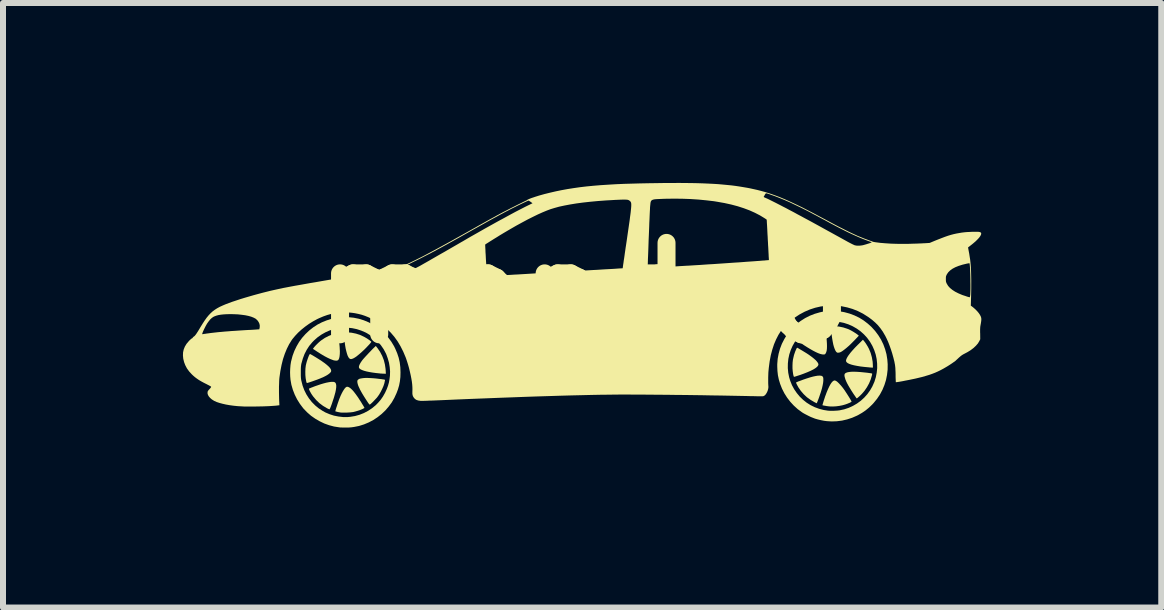
<source format=kicad_pcb>
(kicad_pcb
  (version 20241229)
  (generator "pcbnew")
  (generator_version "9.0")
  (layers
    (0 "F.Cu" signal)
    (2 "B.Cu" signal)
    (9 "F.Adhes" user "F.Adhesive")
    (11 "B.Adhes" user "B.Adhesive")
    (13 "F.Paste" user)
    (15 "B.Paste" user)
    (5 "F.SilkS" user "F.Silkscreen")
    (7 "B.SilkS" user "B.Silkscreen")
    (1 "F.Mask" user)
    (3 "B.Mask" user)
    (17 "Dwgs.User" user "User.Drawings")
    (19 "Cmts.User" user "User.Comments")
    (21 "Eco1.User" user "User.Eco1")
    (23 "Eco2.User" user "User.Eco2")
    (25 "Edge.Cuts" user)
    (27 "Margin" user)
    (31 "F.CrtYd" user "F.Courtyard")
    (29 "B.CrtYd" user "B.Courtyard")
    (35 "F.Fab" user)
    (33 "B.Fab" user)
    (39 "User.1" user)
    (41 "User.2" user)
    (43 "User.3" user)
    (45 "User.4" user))
  (footprint "mondeo"
    (layer "F.Cu")
    (at 6.683 1.834)
    (property "Reference" "mondeo" (at 0 0 0) (layer "F.SilkS") (effects (font (size 1.524 1.524) (thickness 0.3))))
    (attr board_only exclude_from_pos_files exclude_from_bom)
    (fp_poly (pts (xy 4.668 0.797) (xy 4.683 0.816) (xy 4.701 0.841) (xy 4.718 0.868) (xy 4.735 0.896) (xy 4.749 0.923) (xy 4.753 0.93) (xy 4.782 1) (xy 4.802 1.071) (xy 4.815 1.145) (xy 4.818 1.188) (xy 4.82 1.244) (xy 4.799 1.244) (xy 4.783 1.243) (xy 4.766 1.242) (xy 4.761 1.241) (xy 4.685 1.234) (xy 4.616 1.226) (xy 4.556 1.216) (xy 4.505 1.206) (xy 4.462 1.195) (xy 4.427 1.183) (xy 4.4 1.17) (xy 4.383 1.156) (xy 4.373 1.141) (xy 4.372 1.138) (xy 4.372 1.12) (xy 4.38 1.097) (xy 4.394 1.069) (xy 4.415 1.037) (xy 4.443 1) (xy 4.478 0.959) (xy 4.52 0.913) (xy 4.569 0.863) (xy 4.58 0.853) (xy 4.653 0.78)) (stroke (width 0) (type solid)) (fill yes) (layer "F.SilkS"))
    (fp_poly (pts (xy -3.948 0.656) (xy -3.871 0.663) (xy -3.798 0.678) (xy -3.729 0.7) (xy -3.663 0.731) (xy -3.635 0.747) (xy -3.616 0.758) (xy -3.597 0.771) (xy -3.578 0.784) (xy -3.562 0.796) (xy -3.55 0.806) (xy -3.543 0.813) (xy -3.542 0.815) (xy -3.544 0.819) (xy -3.552 0.829) (xy -3.563 0.843) (xy -3.578 0.86) (xy -3.595 0.878) (xy -3.598 0.881) (xy -3.637 0.922) (xy -3.675 0.959) (xy -3.713 0.994) (xy -3.748 1.024) (xy -3.781 1.051) (xy -3.81 1.072) (xy -3.835 1.087) (xy -3.852 1.095) (xy -3.869 1.1) (xy -3.881 1.103) (xy -3.891 1.101) (xy -3.898 1.099) (xy -3.911 1.089) (xy -3.924 1.072) (xy -3.937 1.046) (xy -3.948 1.014) (xy -3.959 0.974) (xy -3.97 0.928) (xy -3.979 0.876) (xy -3.987 0.819) (xy -3.995 0.756) (xy -4.001 0.691) (xy -4.004 0.653)) (stroke (width 0) (type solid)) (fill yes) (layer "F.SilkS"))
    (fp_poly (pts (xy 4.179 0.553) (xy 4.253 0.56) (xy 4.325 0.575) (xy 4.393 0.597) (xy 4.441 0.618) (xy 4.465 0.631) (xy 4.491 0.646) (xy 4.518 0.663) (xy 4.543 0.679) (xy 4.563 0.694) (xy 4.57 0.7) (xy 4.585 0.712) (xy 4.525 0.776) (xy 4.485 0.817) (xy 4.446 0.856) (xy 4.408 0.891) (xy 4.372 0.922) (xy 4.339 0.948) (xy 4.309 0.97) (xy 4.284 0.985) (xy 4.279 0.987) (xy 4.262 0.993) (xy 4.245 0.996) (xy 4.24 0.996) (xy 4.228 0.996) (xy 4.22 0.992) (xy 4.211 0.984) (xy 4.206 0.979) (xy 4.194 0.96) (xy 4.182 0.933) (xy 4.17 0.899) (xy 4.159 0.859) (xy 4.15 0.813) (xy 4.141 0.762) (xy 4.133 0.706) (xy 4.127 0.647) (xy 4.127 0.644) (xy 4.125 0.621) (xy 4.123 0.6) (xy 4.121 0.582) (xy 4.12 0.571) (xy 4.117 0.55)) (stroke (width 0) (type solid)) (fill yes) (layer "F.SilkS"))
    (fp_poly (pts (xy -4.102 0.671) (xy -4.101 0.672) (xy -4.099 0.678) (xy -4.096 0.692) (xy -4.093 0.712) (xy -4.089 0.737) (xy -4.086 0.764) (xy -4.082 0.794) (xy -4.078 0.825) (xy -4.075 0.855) (xy -4.072 0.884) (xy -4.07 0.909) (xy -4.07 0.916) (xy -4.067 0.971) (xy -4.068 1.017) (xy -4.072 1.056) (xy -4.078 1.086) (xy -4.088 1.109) (xy -4.096 1.12) (xy -4.108 1.126) (xy -4.126 1.129) (xy -4.149 1.127) (xy -4.174 1.122) (xy -4.184 1.118) (xy -4.226 1.102) (xy -4.273 1.08) (xy -4.326 1.052) (xy -4.383 1.018) (xy -4.446 0.978) (xy -4.455 0.972) (xy -4.516 0.932) (xy -4.502 0.912) (xy -4.487 0.894) (xy -4.467 0.872) (xy -4.444 0.849) (xy -4.419 0.825) (xy -4.395 0.804) (xy -4.377 0.79) (xy -4.316 0.749) (xy -4.25 0.715) (xy -4.183 0.689) (xy -4.145 0.678) (xy -4.123 0.673) (xy -4.109 0.67)) (stroke (width 0) (type solid)) (fill yes) (layer "F.SilkS"))
    (fp_poly (pts (xy -3.465 0.888) (xy -3.457 0.897) (xy -3.447 0.91) (xy -3.437 0.923) (xy -3.395 0.985) (xy -3.361 1.051) (xy -3.334 1.12) (xy -3.316 1.192) (xy -3.305 1.267) (xy -3.303 1.295) (xy -3.3 1.347) (xy -3.329 1.346) (xy -3.348 1.346) (xy -3.371 1.344) (xy -3.394 1.343) (xy -3.397 1.342) (xy -3.464 1.335) (xy -3.524 1.327) (xy -3.577 1.318) (xy -3.624 1.308) (xy -3.664 1.297) (xy -3.697 1.285) (xy -3.722 1.273) (xy -3.739 1.26) (xy -3.746 1.251) (xy -3.75 1.236) (xy -3.747 1.216) (xy -3.737 1.191) (xy -3.721 1.162) (xy -3.698 1.128) (xy -3.691 1.119) (xy -3.682 1.108) (xy -3.669 1.093) (xy -3.653 1.075) (xy -3.634 1.054) (xy -3.612 1.031) (xy -3.59 1.007) (xy -3.568 0.984) (xy -3.546 0.961) (xy -3.525 0.939) (xy -3.506 0.92) (xy -3.49 0.905) (xy -3.478 0.893) (xy -3.47 0.886) (xy -3.468 0.885)) (stroke (width 0) (type solid)) (fill yes) (layer "F.SilkS"))
    (fp_poly (pts (xy 4.557 1.315) (xy 4.617 1.319) (xy 4.684 1.326) (xy 4.723 1.33) (xy 4.752 1.334) (xy 4.774 1.337) (xy 4.79 1.339) (xy 4.8 1.342) (xy 4.806 1.345) (xy 4.808 1.349) (xy 4.807 1.355) (xy 4.805 1.363) (xy 4.804 1.37) (xy 4.784 1.439) (xy 4.756 1.507) (xy 4.72 1.572) (xy 4.679 1.632) (xy 4.636 1.682) (xy 4.615 1.703) (xy 4.595 1.722) (xy 4.578 1.737) (xy 4.564 1.749) (xy 4.554 1.756) (xy 4.55 1.757) (xy 4.546 1.754) (xy 4.539 1.745) (xy 4.529 1.73) (xy 4.516 1.711) (xy 4.501 1.69) (xy 4.497 1.684) (xy 4.464 1.633) (xy 4.436 1.587) (xy 4.412 1.547) (xy 4.392 1.51) (xy 4.376 1.477) (xy 4.363 1.446) (xy 4.357 1.427) (xy 4.348 1.396) (xy 4.345 1.372) (xy 4.348 1.353) (xy 4.354 1.344) (xy 4.368 1.333) (xy 4.391 1.324) (xy 4.421 1.318) (xy 4.459 1.314) (xy 4.504 1.313)) (stroke (width 0) (type solid)) (fill yes) (layer "F.SilkS"))
    (fp_poly (pts (xy 3.563 0.915) (xy 3.57 0.919) (xy 3.582 0.926) (xy 3.6 0.937) (xy 3.62 0.949) (xy 3.643 0.962) (xy 3.644 0.963) (xy 3.7 0.997) (xy 3.751 1.03) (xy 3.795 1.062) (xy 3.832 1.091) (xy 3.863 1.118) (xy 3.886 1.143) (xy 3.902 1.165) (xy 3.911 1.185) (xy 3.911 1.185) (xy 3.91 1.201) (xy 3.901 1.218) (xy 3.884 1.236) (xy 3.858 1.256) (xy 3.825 1.276) (xy 3.783 1.297) (xy 3.733 1.319) (xy 3.675 1.342) (xy 3.665 1.346) (xy 3.637 1.356) (xy 3.61 1.366) (xy 3.582 1.375) (xy 3.557 1.383) (xy 3.536 1.39) (xy 3.519 1.395) (xy 3.508 1.398) (xy 3.505 1.398) (xy 3.501 1.395) (xy 3.498 1.386) (xy 3.493 1.369) (xy 3.489 1.348) (xy 3.483 1.305) (xy 3.479 1.257) (xy 3.479 1.207) (xy 3.481 1.159) (xy 3.486 1.114) (xy 3.489 1.1) (xy 3.504 1.035) (xy 3.525 0.974) (xy 3.539 0.942) (xy 3.546 0.927) (xy 3.551 0.918) (xy 3.555 0.914) (xy 3.559 0.914)) (stroke (width 0) (type solid)) (fill yes) (layer "F.SilkS"))
    (fp_poly (pts (xy 4.032 0.627) (xy 4.04 0.687) (xy 4.046 0.744) (xy 4.05 0.797) (xy 4.053 0.845) (xy 4.054 0.888) (xy 4.053 0.925) (xy 4.05 0.955) (xy 4.049 0.96) (xy 4.043 0.983) (xy 4.035 1.002) (xy 4.026 1.016) (xy 4.02 1.022) (xy 4.006 1.026) (xy 3.987 1.026) (xy 3.964 1.022) (xy 3.94 1.016) (xy 3.905 1.003) (xy 3.868 0.986) (xy 3.827 0.965) (xy 3.795 0.947) (xy 3.774 0.935) (xy 3.751 0.921) (xy 3.726 0.906) (xy 3.701 0.89) (xy 3.677 0.875) (xy 3.655 0.86) (xy 3.637 0.847) (xy 3.622 0.837) (xy 3.612 0.829) (xy 3.609 0.826) (xy 3.612 0.82) (xy 3.619 0.81) (xy 3.63 0.796) (xy 3.643 0.781) (xy 3.658 0.765) (xy 3.672 0.75) (xy 3.673 0.749) (xy 3.727 0.7) (xy 3.787 0.657) (xy 3.852 0.62) (xy 3.853 0.62) (xy 3.873 0.611) (xy 3.898 0.6) (xy 3.925 0.59) (xy 3.953 0.581) (xy 3.978 0.573) (xy 3.998 0.568) (xy 4.005 0.567) (xy 4.022 0.564)) (stroke (width 0) (type solid)) (fill yes) (layer "F.SilkS"))
    (fp_poly (pts (xy 3.956 1.38) (xy 3.966 1.383) (xy 3.978 1.39) (xy 3.986 1.399) (xy 3.991 1.412) (xy 3.993 1.43) (xy 3.993 1.455) (xy 3.993 1.464) (xy 3.989 1.502) (xy 3.981 1.544) (xy 3.97 1.592) (xy 3.954 1.646) (xy 3.95 1.659) (xy 3.943 1.679) (xy 3.935 1.702) (xy 3.927 1.727) (xy 3.918 1.752) (xy 3.909 1.776) (xy 3.9 1.798) (xy 3.893 1.817) (xy 3.887 1.83) (xy 3.884 1.838) (xy 3.883 1.839) (xy 3.878 1.837) (xy 3.868 1.832) (xy 3.854 1.825) (xy 3.846 1.821) (xy 3.78 1.782) (xy 3.719 1.738) (xy 3.665 1.687) (xy 3.617 1.631) (xy 3.575 1.57) (xy 3.552 1.527) (xy 3.545 1.512) (xy 3.54 1.5) (xy 3.539 1.493) (xy 3.539 1.492) (xy 3.545 1.489) (xy 3.559 1.483) (xy 3.577 1.475) (xy 3.6 1.467) (xy 3.627 1.457) (xy 3.655 1.446) (xy 3.685 1.436) (xy 3.714 1.426) (xy 3.721 1.424) (xy 3.774 1.407) (xy 3.822 1.394) (xy 3.865 1.385) (xy 3.902 1.379) (xy 3.932 1.378)) (stroke (width 0) (type solid)) (fill yes) (layer "F.SilkS"))
    (fp_poly (pts (xy -4.168 1.483) (xy -4.152 1.489) (xy -4.15 1.489) (xy -4.138 1.502) (xy -4.131 1.52) (xy -4.127 1.544) (xy -4.128 1.575) (xy -4.133 1.613) (xy -4.142 1.658) (xy -4.146 1.671) (xy -4.153 1.697) (xy -4.161 1.726) (xy -4.17 1.756) (xy -4.181 1.788) (xy -4.191 1.819) (xy -4.201 1.849) (xy -4.211 1.876) (xy -4.22 1.9) (xy -4.228 1.919) (xy -4.235 1.933) (xy -4.239 1.939) (xy -4.24 1.94) (xy -4.245 1.938) (xy -4.256 1.934) (xy -4.271 1.927) (xy -4.283 1.921) (xy -4.348 1.882) (xy -4.408 1.837) (xy -4.462 1.785) (xy -4.511 1.727) (xy -4.533 1.696) (xy -4.547 1.674) (xy -4.559 1.652) (xy -4.57 1.632) (xy -4.577 1.615) (xy -4.582 1.603) (xy -4.582 1.596) (xy -4.582 1.595) (xy -4.576 1.592) (xy -4.563 1.587) (xy -4.545 1.579) (xy -4.523 1.571) (xy -4.498 1.561) (xy -4.471 1.551) (xy -4.444 1.542) (xy -4.418 1.533) (xy -4.395 1.525) (xy -4.392 1.524) (xy -4.342 1.509) (xy -4.297 1.497) (xy -4.257 1.489) (xy -4.221 1.483) (xy -4.191 1.482)) (stroke (width 0) (type solid)) (fill yes) (layer "F.SilkS"))
    (fp_poly (pts (xy -4.559 1.02) (xy -4.548 1.026) (xy -4.531 1.035) (xy -4.511 1.047) (xy -4.488 1.061) (xy -4.463 1.076) (xy -4.439 1.091) (xy -4.415 1.106) (xy -4.393 1.12) (xy -4.374 1.132) (xy -4.369 1.136) (xy -4.325 1.167) (xy -4.289 1.195) (xy -4.259 1.221) (xy -4.237 1.244) (xy -4.222 1.265) (xy -4.214 1.283) (xy -4.212 1.297) (xy -4.213 1.307) (xy -4.216 1.315) (xy -4.223 1.324) (xy -4.234 1.336) (xy -4.255 1.353) (xy -4.28 1.37) (xy -4.311 1.387) (xy -4.349 1.406) (xy -4.376 1.417) (xy -4.394 1.425) (xy -4.417 1.434) (xy -4.443 1.444) (xy -4.471 1.454) (xy -4.499 1.464) (xy -4.527 1.474) (xy -4.554 1.483) (xy -4.577 1.491) (xy -4.595 1.496) (xy -4.609 1.5) (xy -4.614 1.501) (xy -4.619 1.499) (xy -4.623 1.492) (xy -4.627 1.479) (xy -4.628 1.472) (xy -4.637 1.423) (xy -4.642 1.369) (xy -4.643 1.314) (xy -4.641 1.26) (xy -4.635 1.21) (xy -4.631 1.193) (xy -4.625 1.168) (xy -4.618 1.142) (xy -4.609 1.115) (xy -4.6 1.089) (xy -4.591 1.065) (xy -4.583 1.045) (xy -4.575 1.03) (xy -4.569 1.02) (xy -4.565 1.018)) (stroke (width 0) (type solid)) (fill yes) (layer "F.SilkS"))
    (fp_poly (pts (xy -3.558 1.419) (xy -3.508 1.422) (xy -3.455 1.427) (xy -3.409 1.433) (xy -3.378 1.436) (xy -3.355 1.44) (xy -3.338 1.442) (xy -3.326 1.444) (xy -3.319 1.447) (xy -3.315 1.45) (xy -3.314 1.453) (xy -3.315 1.457) (xy -3.316 1.462) (xy -3.325 1.505) (xy -3.34 1.551) (xy -3.361 1.599) (xy -3.385 1.647) (xy -3.412 1.694) (xy -3.44 1.733) (xy -3.45 1.746) (xy -3.465 1.762) (xy -3.482 1.78) (xy -3.5 1.799) (xy -3.518 1.818) (xy -3.535 1.834) (xy -3.55 1.848) (xy -3.561 1.857) (xy -3.565 1.86) (xy -3.569 1.861) (xy -3.573 1.859) (xy -3.578 1.855) (xy -3.585 1.846) (xy -3.595 1.833) (xy -3.608 1.813) (xy -3.616 1.801) (xy -3.647 1.753) (xy -3.674 1.71) (xy -3.697 1.672) (xy -3.717 1.636) (xy -3.735 1.603) (xy -3.735 1.601) (xy -3.752 1.566) (xy -3.764 1.536) (xy -3.771 1.511) (xy -3.775 1.49) (xy -3.776 1.479) (xy -3.775 1.465) (xy -3.772 1.455) (xy -3.765 1.447) (xy -3.763 1.446) (xy -3.753 1.438) (xy -3.74 1.431) (xy -3.723 1.427) (xy -3.701 1.423) (xy -3.672 1.419) (xy -3.641 1.417) (xy -3.602 1.417)) (stroke (width 0) (type solid)) (fill yes) (layer "F.SilkS"))
    (fp_poly (pts (xy -3.933 1.565) (xy -3.912 1.574) (xy -3.89 1.589) (xy -3.864 1.613) (xy -3.836 1.644) (xy -3.806 1.683) (xy -3.772 1.73) (xy -3.759 1.749) (xy -3.745 1.771) (xy -3.73 1.794) (xy -3.714 1.818) (xy -3.7 1.842) (xy -3.686 1.865) (xy -3.674 1.884) (xy -3.665 1.9) (xy -3.659 1.912) (xy -3.657 1.917) (xy -3.657 1.918) (xy -3.661 1.92) (xy -3.671 1.925) (xy -3.684 1.932) (xy -3.685 1.933) (xy -3.711 1.944) (xy -3.742 1.956) (xy -3.777 1.967) (xy -3.812 1.977) (xy -3.844 1.985) (xy -3.866 1.988) (xy -3.894 1.991) (xy -3.926 1.993) (xy -3.959 1.995) (xy -3.991 1.995) (xy -4.02 1.995) (xy -4.045 1.994) (xy -4.056 1.993) (xy -4.078 1.989) (xy -4.1 1.985) (xy -4.118 1.98) (xy -4.133 1.976) (xy -4.142 1.973) (xy -4.144 1.972) (xy -4.142 1.966) (xy -4.138 1.953) (xy -4.133 1.935) (xy -4.126 1.912) (xy -4.117 1.887) (xy -4.109 1.861) (xy -4.1 1.834) (xy -4.091 1.809) (xy -4.083 1.786) (xy -4.076 1.767) (xy -4.072 1.757) (xy -4.055 1.715) (xy -4.037 1.677) (xy -4.019 1.643) (xy -4.001 1.614) (xy -3.985 1.591) (xy -3.97 1.575) (xy -3.956 1.566) (xy -3.951 1.564)) (stroke (width 0) (type solid)) (fill yes) (layer "F.SilkS"))
    (fp_poly (pts (xy 4.194 1.462) (xy 4.196 1.462) (xy 4.209 1.469) (xy 4.226 1.481) (xy 4.245 1.499) (xy 4.267 1.522) (xy 4.29 1.547) (xy 4.312 1.574) (xy 4.334 1.603) (xy 4.338 1.609) (xy 4.351 1.627) (xy 4.365 1.649) (xy 4.381 1.673) (xy 4.397 1.698) (xy 4.413 1.723) (xy 4.428 1.747) (xy 4.441 1.769) (xy 4.452 1.787) (xy 4.459 1.801) (xy 4.464 1.81) (xy 4.464 1.811) (xy 4.46 1.815) (xy 4.45 1.822) (xy 4.435 1.83) (xy 4.415 1.838) (xy 4.394 1.847) (xy 4.371 1.855) (xy 4.357 1.86) (xy 4.31 1.873) (xy 4.259 1.883) (xy 4.205 1.89) (xy 4.153 1.893) (xy 4.104 1.892) (xy 4.081 1.89) (xy 4.067 1.888) (xy 4.049 1.886) (xy 4.03 1.882) (xy 4.011 1.879) (xy 3.995 1.876) (xy 3.983 1.873) (xy 3.978 1.871) (xy 3.978 1.871) (xy 3.979 1.867) (xy 3.982 1.856) (xy 3.987 1.839) (xy 3.993 1.819) (xy 4 1.796) (xy 4.008 1.772) (xy 4.016 1.748) (xy 4.023 1.725) (xy 4.028 1.713) (xy 4.049 1.656) (xy 4.07 1.606) (xy 4.09 1.563) (xy 4.109 1.527) (xy 4.128 1.498) (xy 4.145 1.478) (xy 4.162 1.465) (xy 4.162 1.465) (xy 4.173 1.46) (xy 4.182 1.459)) (stroke (width 0) (type solid)) (fill yes) (layer "F.SilkS"))
    (fp_poly (pts (xy 4.214 0.302) (xy 4.255 0.305) (xy 4.258 0.305) (xy 4.346 0.321) (xy 4.431 0.344) (xy 4.513 0.375) (xy 4.592 0.413) (xy 4.666 0.459) (xy 4.735 0.512) (xy 4.795 0.566) (xy 4.856 0.633) (xy 4.909 0.704) (xy 4.955 0.778) (xy 4.993 0.856) (xy 5.023 0.938) (xy 5.046 1.022) (xy 5.06 1.11) (xy 5.066 1.189) (xy 5.065 1.278) (xy 5.055 1.366) (xy 5.038 1.451) (xy 5.012 1.534) (xy 4.979 1.614) (xy 4.938 1.691) (xy 4.889 1.764) (xy 4.833 1.833) (xy 4.809 1.859) (xy 4.755 1.911) (xy 4.699 1.957) (xy 4.639 1.998) (xy 4.573 2.036) (xy 4.553 2.046) (xy 4.473 2.081) (xy 4.39 2.108) (xy 4.305 2.128) (xy 4.218 2.139) (xy 4.131 2.142) (xy 4.052 2.137) (xy 4.005 2.131) (xy 3.954 2.121) (xy 3.903 2.109) (xy 3.854 2.095) (xy 3.854 2.095) (xy 3.821 2.082) (xy 3.783 2.067) (xy 3.744 2.048) (xy 3.705 2.028) (xy 3.669 2.009) (xy 3.638 1.99) (xy 3.637 1.989) (xy 3.566 1.937) (xy 3.501 1.878) (xy 3.442 1.814) (xy 3.389 1.745) (xy 3.343 1.672) (xy 3.304 1.595) (xy 3.273 1.516) (xy 3.251 1.443) (xy 3.236 1.372) (xy 3.228 1.3) (xy 3.226 1.253) (xy 3.401 1.253) (xy 3.408 1.33) (xy 3.423 1.405) (xy 3.441 1.464) (xy 3.47 1.537) (xy 3.507 1.605) (xy 3.551 1.669) (xy 3.6 1.728) (xy 3.655 1.781) (xy 3.715 1.829) (xy 3.78 1.87) (xy 3.849 1.904) (xy 3.922 1.931) (xy 3.998 1.951) (xy 4.067 1.962) (xy 4.092 1.964) (xy 4.124 1.965) (xy 4.158 1.965) (xy 4.193 1.963) (xy 4.226 1.961) (xy 4.255 1.958) (xy 4.263 1.957) (xy 4.342 1.94) (xy 4.417 1.915) (xy 4.488 1.882) (xy 4.555 1.843) (xy 4.618 1.797) (xy 4.675 1.745) (xy 4.727 1.687) (xy 4.773 1.623) (xy 4.812 1.555) (xy 4.813 1.552) (xy 4.845 1.48) (xy 4.868 1.406) (xy 4.883 1.33) (xy 4.891 1.253) (xy 4.89 1.177) (xy 4.882 1.101) (xy 4.866 1.026) (xy 4.842 0.953) (xy 4.811 0.883) (xy 4.772 0.815) (xy 4.726 0.752) (xy 4.725 0.75) (xy 4.672 0.692) (xy 4.613 0.639) (xy 4.55 0.594) (xy 4.482 0.555) (xy 4.41 0.523) (xy 4.336 0.499) (xy 4.258 0.483) (xy 4.243 0.481) (xy 4.164 0.475) (xy 4.086 0.477) (xy 4.01 0.487) (xy 3.935 0.505) (xy 3.862 0.531) (xy 3.793 0.563) (xy 3.727 0.603) (xy 3.666 0.65) (xy 3.609 0.703) (xy 3.557 0.762) (xy 3.519 0.815) (xy 3.481 0.881) (xy 3.45 0.951) (xy 3.426 1.024) (xy 3.41 1.099) (xy 3.402 1.176) (xy 3.401 1.253) (xy 3.226 1.253) (xy 3.225 1.226) (xy 3.225 1.187) (xy 3.232 1.098) (xy 3.248 1.012) (xy 3.271 0.929) (xy 3.302 0.848) (xy 3.342 0.77) (xy 3.373 0.718) (xy 3.425 0.646) (xy 3.483 0.579) (xy 3.547 0.519) (xy 3.616 0.466) (xy 3.69 0.419) (xy 3.767 0.38) (xy 3.849 0.348) (xy 3.935 0.323) (xy 3.99 0.311) (xy 4.028 0.306) (xy 4.073 0.302) (xy 4.121 0.3) (xy 4.169 0.3)) (stroke (width 0) (type solid)) (fill yes) (layer "F.SilkS"))
    (fp_poly (pts (xy -3.922 0.404) (xy -3.836 0.413) (xy -3.752 0.43) (xy -3.67 0.455) (xy -3.592 0.487) (xy -3.516 0.526) (xy -3.445 0.571) (xy -3.378 0.623) (xy -3.316 0.681) (xy -3.259 0.745) (xy -3.208 0.814) (xy -3.163 0.889) (xy -3.143 0.93) (xy -3.111 1.006) (xy -3.086 1.081) (xy -3.069 1.158) (xy -3.059 1.239) (xy -3.056 1.323) (xy -3.056 1.326) (xy -3.058 1.402) (xy -3.066 1.473) (xy -3.079 1.541) (xy -3.099 1.609) (xy -3.122 1.67) (xy -3.159 1.75) (xy -3.202 1.825) (xy -3.253 1.894) (xy -3.309 1.959) (xy -3.371 2.018) (xy -3.438 2.071) (xy -3.509 2.118) (xy -3.585 2.158) (xy -3.664 2.191) (xy -3.746 2.217) (xy -3.831 2.234) (xy -3.875 2.24) (xy -3.9 2.242) (xy -3.932 2.244) (xy -3.966 2.244) (xy -4.002 2.244) (xy -4.035 2.243) (xy -4.064 2.242) (xy -4.079 2.24) (xy -4.163 2.227) (xy -4.246 2.205) (xy -4.327 2.176) (xy -4.404 2.139) (xy -4.478 2.096) (xy -4.548 2.047) (xy -4.612 1.991) (xy -4.67 1.931) (xy -4.679 1.921) (xy -4.733 1.849) (xy -4.78 1.774) (xy -4.819 1.696) (xy -4.851 1.614) (xy -4.875 1.531) (xy -4.89 1.446) (xy -4.895 1.389) (xy -4.897 1.327) (xy -4.897 1.321) (xy -4.718 1.321) (xy -4.718 1.354) (xy -4.718 1.38) (xy -4.717 1.401) (xy -4.716 1.418) (xy -4.714 1.434) (xy -4.712 1.45) (xy -4.708 1.467) (xy -4.688 1.546) (xy -4.66 1.621) (xy -4.625 1.691) (xy -4.583 1.757) (xy -4.535 1.818) (xy -4.48 1.874) (xy -4.419 1.924) (xy -4.353 1.967) (xy -4.31 1.991) (xy -4.24 2.021) (xy -4.166 2.045) (xy -4.09 2.06) (xy -4.013 2.069) (xy -3.937 2.069) (xy -3.894 2.065) (xy -3.815 2.052) (xy -3.739 2.031) (xy -3.666 2.002) (xy -3.596 1.965) (xy -3.531 1.922) (xy -3.47 1.872) (xy -3.428 1.829) (xy -3.385 1.779) (xy -3.349 1.727) (xy -3.316 1.669) (xy -3.31 1.657) (xy -3.284 1.6) (xy -3.264 1.546) (xy -3.249 1.492) (xy -3.239 1.435) (xy -3.232 1.379) (xy -3.23 1.308) (xy -3.236 1.236) (xy -3.248 1.163) (xy -3.268 1.092) (xy -3.293 1.023) (xy -3.301 1.006) (xy -3.337 0.938) (xy -3.381 0.874) (xy -3.431 0.815) (xy -3.486 0.761) (xy -3.547 0.714) (xy -3.612 0.673) (xy -3.638 0.659) (xy -3.712 0.627) (xy -3.786 0.603) (xy -3.862 0.587) (xy -3.939 0.579) (xy -4.015 0.579) (xy -4.09 0.587) (xy -4.164 0.602) (xy -4.237 0.625) (xy -4.307 0.656) (xy -4.374 0.694) (xy -4.438 0.739) (xy -4.497 0.791) (xy -4.529 0.824) (xy -4.578 0.883) (xy -4.62 0.948) (xy -4.656 1.018) (xy -4.684 1.092) (xy -4.706 1.17) (xy -4.709 1.18) (xy -4.712 1.197) (xy -4.714 1.212) (xy -4.716 1.228) (xy -4.717 1.247) (xy -4.718 1.269) (xy -4.718 1.298) (xy -4.718 1.321) (xy -4.897 1.321) (xy -4.895 1.264) (xy -4.89 1.202) (xy -4.881 1.145) (xy -4.878 1.134) (xy -4.856 1.049) (xy -4.826 0.967) (xy -4.789 0.89) (xy -4.746 0.816) (xy -4.696 0.748) (xy -4.64 0.685) (xy -4.579 0.627) (xy -4.513 0.575) (xy -4.443 0.529) (xy -4.368 0.49) (xy -4.289 0.458) (xy -4.208 0.432) (xy -4.123 0.415) (xy -4.036 0.405) (xy -4.009 0.403)) (stroke (width 0) (type solid)) (fill yes) (layer "F.SilkS"))
    (fp_poly (pts (xy 1.692 -1.833) (xy 1.796 -1.832) (xy 1.895 -1.83) (xy 1.988 -1.827) (xy 2.077 -1.823) (xy 2.161 -1.819) (xy 2.242 -1.814) (xy 2.319 -1.807) (xy 2.393 -1.8) (xy 2.464 -1.793) (xy 2.533 -1.784) (xy 2.6 -1.774) (xy 2.666 -1.763) (xy 2.731 -1.752) (xy 2.767 -1.745) (xy 2.831 -1.731) (xy 2.894 -1.717) (xy 2.956 -1.701) (xy 3.018 -1.684) (xy 3.079 -1.665) (xy 3.142 -1.644) (xy 3.205 -1.621) (xy 3.271 -1.596) (xy 3.338 -1.568) (xy 3.409 -1.537) (xy 3.482 -1.503) (xy 3.56 -1.466) (xy 3.643 -1.426) (xy 3.73 -1.381) (xy 3.823 -1.333) (xy 3.922 -1.28) (xy 4.009 -1.234) (xy 4.091 -1.19) (xy 4.169 -1.148) (xy 4.243 -1.109) (xy 4.313 -1.074) (xy 4.377 -1.041) (xy 4.436 -1.012) (xy 4.489 -0.987) (xy 4.535 -0.966) (xy 4.558 -0.955) (xy 4.587 -0.943) (xy 4.62 -0.93) (xy 4.654 -0.916) (xy 4.689 -0.902) (xy 4.723 -0.89) (xy 4.753 -0.878) (xy 4.779 -0.869) (xy 4.789 -0.866) (xy 4.802 -0.861) (xy 4.812 -0.857) (xy 4.815 -0.855) (xy 4.82 -0.854) (xy 4.831 -0.851) (xy 4.848 -0.848) (xy 4.866 -0.845) (xy 4.944 -0.835) (xy 5.029 -0.828) (xy 5.12 -0.822) (xy 5.218 -0.819) (xy 5.32 -0.818) (xy 5.427 -0.819) (xy 5.475 -0.821) (xy 5.515 -0.822) (xy 5.555 -0.823) (xy 5.593 -0.825) (xy 5.629 -0.826) (xy 5.66 -0.828) (xy 5.686 -0.829) (xy 5.702 -0.83) (xy 5.766 -0.834) (xy 5.847 -0.868) (xy 5.912 -0.894) (xy 5.971 -0.917) (xy 6.024 -0.937) (xy 6.073 -0.954) (xy 6.119 -0.968) (xy 6.164 -0.98) (xy 6.209 -0.99) (xy 6.254 -0.998) (xy 6.301 -1.006) (xy 6.35 -1.012) (xy 6.374 -1.014) (xy 6.402 -1.016) (xy 6.433 -1.017) (xy 6.465 -1.019) (xy 6.497 -1.019) (xy 6.528 -1.02) (xy 6.555 -1.019) (xy 6.578 -1.019) (xy 6.594 -1.017) (xy 6.599 -1.016) (xy 6.615 -1.01) (xy 6.624 -1) (xy 6.625 -0.985) (xy 6.62 -0.967) (xy 6.608 -0.946) (xy 6.59 -0.921) (xy 6.565 -0.894) (xy 6.534 -0.863) (xy 6.497 -0.831) (xy 6.469 -0.808) (xy 6.452 -0.795) (xy 6.436 -0.782) (xy 6.424 -0.773) (xy 6.416 -0.767) (xy 6.406 -0.759) (xy 6.414 -0.714) (xy 6.419 -0.687) (xy 6.425 -0.656) (xy 6.43 -0.623) (xy 6.435 -0.591) (xy 6.44 -0.561) (xy 6.443 -0.535) (xy 6.445 -0.515) (xy 6.446 -0.509) (xy 6.447 -0.495) (xy 6.449 -0.474) (xy 6.451 -0.45) (xy 6.453 -0.424) (xy 6.453 -0.413) (xy 6.455 -0.388) (xy 6.456 -0.356) (xy 6.457 -0.317) (xy 6.458 -0.274) (xy 6.459 -0.227) (xy 6.459 -0.177) (xy 6.459 -0.125) (xy 6.459 -0.073) (xy 6.458 -0.022) (xy 6.457 0.027) (xy 6.456 0.073) (xy 6.455 0.1) (xy 6.452 0.212) (xy 6.471 0.225) (xy 6.501 0.249) (xy 6.532 0.277) (xy 6.56 0.306) (xy 6.584 0.335) (xy 6.603 0.363) (xy 6.609 0.374) (xy 6.618 0.392) (xy 6.624 0.41) (xy 6.627 0.429) (xy 6.627 0.451) (xy 6.624 0.477) (xy 6.619 0.509) (xy 6.618 0.515) (xy 6.614 0.536) (xy 6.611 0.553) (xy 6.609 0.569) (xy 6.608 0.586) (xy 6.607 0.606) (xy 6.607 0.629) (xy 6.607 0.659) (xy 6.608 0.674) (xy 6.609 0.772) (xy 6.593 0.804) (xy 6.57 0.842) (xy 6.538 0.879) (xy 6.499 0.916) (xy 6.453 0.951) (xy 6.399 0.985) (xy 6.35 1.011) (xy 6.325 1.024) (xy 6.304 1.037) (xy 6.284 1.052) (xy 6.262 1.071) (xy 6.258 1.074) (xy 6.242 1.089) (xy 6.227 1.103) (xy 6.215 1.114) (xy 6.207 1.121) (xy 6.207 1.122) (xy 6.197 1.131) (xy 6.182 1.143) (xy 6.161 1.157) (xy 6.137 1.174) (xy 6.11 1.192) (xy 6.082 1.21) (xy 6.053 1.228) (xy 6.051 1.229) (xy 6 1.259) (xy 5.952 1.285) (xy 5.905 1.308) (xy 5.858 1.329) (xy 5.809 1.348) (xy 5.758 1.366) (xy 5.701 1.383) (xy 5.639 1.401) (xy 5.589 1.413) (xy 5.564 1.419) (xy 5.535 1.426) (xy 5.503 1.433) (xy 5.468 1.44) (xy 5.431 1.448) (xy 5.395 1.455) (xy 5.358 1.462) (xy 5.324 1.469) (xy 5.292 1.475) (xy 5.263 1.48) (xy 5.238 1.484) (xy 5.22 1.486) (xy 5.207 1.488) (xy 5.202 1.488) (xy 5.201 1.483) (xy 5.201 1.471) (xy 5.2 1.452) (xy 5.199 1.429) (xy 5.198 1.401) (xy 5.198 1.369) (xy 5.198 1.36) (xy 5.197 1.317) (xy 5.195 1.282) (xy 5.194 1.252) (xy 5.191 1.225) (xy 5.188 1.199) (xy 5.183 1.174) (xy 5.178 1.146) (xy 5.17 1.115) (xy 5.161 1.078) (xy 5.16 1.075) (xy 5.142 1.01) (xy 5.121 0.944) (xy 5.098 0.879) (xy 5.074 0.817) (xy 5.048 0.76) (xy 5.023 0.71) (xy 5.02 0.706) (xy 4.984 0.644) (xy 4.945 0.589) (xy 4.904 0.539) (xy 4.858 0.493) (xy 4.806 0.448) (xy 4.748 0.405) (xy 4.736 0.397) (xy 4.654 0.345) (xy 4.569 0.302) (xy 4.481 0.267) (xy 4.392 0.241) (xy 4.3 0.222) (xy 4.205 0.212) (xy 4.135 0.21) (xy 4.04 0.214) (xy 3.947 0.226) (xy 3.856 0.247) (xy 3.767 0.276) (xy 3.681 0.313) (xy 3.597 0.358) (xy 3.515 0.412) (xy 3.436 0.473) (xy 3.392 0.511) (xy 3.338 0.567) (xy 3.289 0.629) (xy 3.245 0.698) (xy 3.206 0.774) (xy 3.171 0.856) (xy 3.142 0.945) (xy 3.117 1.04) (xy 3.098 1.141) (xy 3.084 1.248) (xy 3.079 1.3) (xy 3.077 1.322) (xy 3.076 1.349) (xy 3.075 1.379) (xy 3.074 1.412) (xy 3.074 1.444) (xy 3.074 1.475) (xy 3.074 1.503) (xy 3.075 1.527) (xy 3.076 1.545) (xy 3.077 1.552) (xy 3.077 1.577) (xy 3.073 1.603) (xy 3.065 1.63) (xy 3.054 1.656) (xy 3.04 1.68) (xy 3.025 1.7) (xy 3.008 1.714) (xy 2.992 1.721) (xy 2.991 1.721) (xy 2.984 1.722) (xy 2.97 1.722) (xy 2.948 1.722) (xy 2.921 1.722) (xy 2.888 1.722) (xy 2.851 1.721) (xy 2.811 1.72) (xy 2.768 1.72) (xy 2.753 1.719) (xy 2.595 1.716) (xy 2.439 1.713) (xy 2.283 1.71) (xy 2.129 1.708) (xy 1.978 1.705) (xy 1.829 1.703) (xy 1.683 1.701) (xy 1.541 1.7) (xy 1.402 1.698) (xy 1.268 1.697) (xy 1.138 1.696) (xy 1.014 1.695) (xy 0.894 1.695) (xy 0.781 1.694) (xy 0.674 1.694) (xy 0.574 1.694) (xy 0.481 1.695) (xy 0.396 1.696) (xy 0.318 1.697) (xy 0.289 1.697) (xy 0.132 1.7) (xy -0.032 1.704) (xy -0.205 1.708) (xy -0.386 1.713) (xy -0.575 1.719) (xy -0.772 1.725) (xy -0.977 1.732) (xy -1.189 1.74) (xy -1.409 1.748) (xy -1.636 1.757) (xy -1.87 1.766) (xy -2.111 1.776) (xy -2.359 1.787) (xy -2.382 1.788) (xy -2.433 1.79) (xy -2.482 1.792) (xy -2.529 1.794) (xy -2.573 1.795) (xy -2.612 1.797) (xy -2.647 1.798) (xy -2.676 1.799) (xy -2.699 1.799) (xy -2.714 1.799) (xy -2.72 1.799) (xy -2.757 1.794) (xy -2.789 1.784) (xy -2.814 1.768) (xy -2.834 1.746) (xy -2.847 1.724) (xy -2.851 1.714) (xy -2.854 1.704) (xy -2.856 1.693) (xy -2.858 1.68) (xy -2.858 1.662) (xy -2.858 1.639) (xy -2.857 1.608) (xy -2.857 1.604) (xy -2.858 1.567) (xy -2.861 1.524) (xy -2.867 1.475) (xy -2.876 1.423) (xy -2.887 1.367) (xy -2.9 1.31) (xy -2.914 1.252) (xy -2.93 1.195) (xy -2.947 1.141) (xy -2.964 1.09) (xy -2.97 1.074) (xy -3.011 0.977) (xy -3.056 0.888) (xy -3.105 0.806) (xy -3.159 0.731) (xy -3.218 0.662) (xy -3.283 0.599) (xy -3.353 0.542) (xy -3.428 0.49) (xy -3.51 0.444) (xy -3.534 0.432) (xy -3.553 0.423) (xy -2.874 0.423) (xy -2.871 0.441) (xy -2.864 0.455) (xy -2.851 0.467) (xy -2.831 0.476) (xy -2.816 0.481) (xy -2.799 0.485) (xy -2.775 0.487) (xy -2.749 0.487) (xy -2.722 0.486) (xy -2.697 0.484) (xy -2.676 0.48) (xy -2.672 0.479) (xy -2.647 0.469) (xy -2.63 0.455) (xy -2.621 0.439) (xy -2.618 0.422) (xy -2.623 0.405) (xy -2.636 0.389) (xy -2.657 0.375) (xy -2.658 0.375) (xy -2.683 0.365) (xy -2.714 0.36) (xy -2.747 0.358) (xy -2.786 0.36) (xy -2.818 0.366) (xy -2.843 0.376) (xy -2.861 0.39) (xy -2.871 0.406) (xy -2.874 0.423) (xy -3.553 0.423) (xy -3.593 0.404) (xy -3.648 0.382) (xy -3.701 0.364) (xy -3.756 0.35) (xy -3.814 0.338) (xy -3.848 0.333) (xy -3.871 0.33) (xy -3.892 0.328) (xy -3.911 0.326) (xy -3.932 0.325) (xy -3.957 0.325) (xy -3.987 0.326) (xy -4.005 0.326) (xy -4.078 0.33) (xy -4.147 0.338) (xy -4.213 0.35) (xy -4.278 0.368) (xy -4.343 0.391) (xy -4.411 0.42) (xy -4.445 0.436) (xy -4.513 0.473) (xy -4.581 0.515) (xy -4.645 0.561) (xy -4.706 0.61) (xy -4.763 0.662) (xy -4.813 0.715) (xy -4.857 0.768) (xy -4.87 0.786) (xy -4.913 0.855) (xy -4.951 0.931) (xy -4.985 1.014) (xy -5.015 1.103) (xy -5.039 1.2) (xy -5.059 1.303) (xy -5.074 1.407) (xy -5.077 1.435) (xy -5.079 1.471) (xy -5.08 1.513) (xy -5.082 1.559) (xy -5.082 1.608) (xy -5.082 1.659) (xy -5.081 1.71) (xy -5.08 1.76) (xy -5.079 1.79) (xy -5.075 1.872) (xy -5.094 1.874) (xy -5.123 1.878) (xy -5.159 1.881) (xy -5.202 1.884) (xy -5.249 1.887) (xy -5.3 1.889) (xy -5.354 1.891) (xy -5.41 1.892) (xy -5.466 1.893) (xy -5.52 1.894) (xy -5.573 1.894) (xy -5.622 1.894) (xy -5.667 1.893) (xy -5.7 1.891) (xy -5.771 1.887) (xy -5.839 1.88) (xy -5.905 1.871) (xy -5.967 1.86) (xy -6.024 1.847) (xy -6.076 1.833) (xy -6.121 1.818) (xy -6.159 1.801) (xy -6.166 1.797) (xy -6.201 1.775) (xy -6.229 1.751) (xy -6.251 1.726) (xy -6.266 1.7) (xy -6.273 1.674) (xy -6.273 1.665) (xy -6.272 1.652) (xy -6.27 1.641) (xy -6.264 1.631) (xy -6.254 1.618) (xy -6.239 1.602) (xy -6.238 1.601) (xy -6.227 1.588) (xy -6.218 1.576) (xy -6.213 1.568) (xy -6.213 1.566) (xy -6.215 1.562) (xy -6.221 1.557) (xy -6.233 1.55) (xy -6.251 1.54) (xy -6.275 1.528) (xy -6.282 1.524) (xy -6.334 1.498) (xy -6.378 1.474) (xy -6.417 1.451) (xy -6.452 1.427) (xy -6.484 1.403) (xy -6.514 1.377) (xy -6.536 1.356) (xy -6.58 1.308) (xy -6.617 1.257) (xy -6.645 1.203) (xy -6.664 1.153) (xy -6.678 1.096) (xy -6.683 1.042) (xy -6.681 0.99) (xy -6.67 0.941) (xy -6.651 0.894) (xy -6.623 0.848) (xy -6.587 0.805) (xy -6.568 0.785) (xy -6.553 0.772) (xy -6.541 0.762) (xy -6.533 0.756) (xy -6.529 0.755) (xy -6.525 0.753) (xy -6.521 0.747) (xy -6.515 0.738) (xy -6.505 0.729) (xy -6.502 0.727) (xy -6.493 0.721) (xy -6.484 0.712) (xy -6.474 0.7) (xy -6.463 0.685) (xy -6.462 0.684) (xy -6.362 0.684) (xy -6.361 0.687) (xy -6.357 0.688) (xy -6.353 0.687) (xy -6.346 0.686) (xy -6.332 0.683) (xy -6.312 0.681) (xy -6.289 0.677) (xy -6.264 0.674) (xy -6.221 0.668) (xy -6.178 0.663) (xy -6.134 0.658) (xy -6.088 0.653) (xy -6.04 0.649) (xy -5.989 0.644) (xy -5.934 0.64) (xy -5.874 0.635) (xy -5.809 0.631) (xy -5.737 0.626) (xy -5.659 0.621) (xy -5.573 0.616) (xy -5.561 0.616) (xy -5.527 0.614) (xy -5.495 0.612) (xy -5.466 0.61) (xy -5.443 0.608) (xy -5.425 0.607) (xy -5.414 0.606) (xy -5.41 0.606) (xy -5.409 0.601) (xy -5.407 0.59) (xy -5.404 0.578) (xy -5.402 0.546) (xy -5.408 0.514) (xy -5.422 0.484) (xy -5.442 0.456) (xy -5.467 0.433) (xy -5.472 0.429) (xy -5.504 0.412) (xy -5.544 0.396) (xy -5.59 0.383) (xy -5.643 0.372) (xy -5.702 0.364) (xy -5.766 0.357) (xy -5.835 0.354) (xy -5.886 0.353) (xy -5.948 0.354) (xy -6.003 0.357) (xy -6.05 0.362) (xy -6.092 0.369) (xy -6.128 0.379) (xy -6.16 0.391) (xy -6.176 0.399) (xy -6.201 0.416) (xy -6.228 0.441) (xy -6.254 0.473) (xy -6.281 0.511) (xy -6.306 0.555) (xy -6.33 0.603) (xy -6.348 0.642) (xy -6.356 0.662) (xy -6.36 0.676) (xy -6.362 0.684) (xy -6.462 0.684) (xy -6.449 0.664) (xy -6.432 0.638) (xy -6.413 0.607) (xy -6.39 0.568) (xy -6.354 0.51) (xy -6.32 0.458) (xy -6.288 0.413) (xy -6.256 0.374) (xy -6.223 0.339) (xy -6.189 0.308) (xy -6.153 0.281) (xy -6.114 0.256) (xy -6.07 0.232) (xy -6.022 0.21) (xy -5.968 0.187) (xy -5.917 0.168) (xy -5.86 0.147) (xy -5.796 0.126) (xy -5.727 0.103) (xy -5.655 0.081) (xy -5.58 0.059) (xy -5.504 0.037) (xy -5.427 0.016) (xy -5.352 -0.004) (xy -5.3 -0.017) (xy -5.264 -0.026) (xy -5.228 -0.035) (xy -5.193 -0.043) (xy -5.157 -0.051) (xy -5.121 -0.059) (xy -5.084 -0.067) (xy -5.045 -0.075) (xy -5.005 -0.084) (xy -4.962 -0.092) (xy -4.916 -0.101) (xy -4.867 -0.11) (xy -4.814 -0.12) (xy -4.756 -0.13) (xy -4.694 -0.141) (xy -4.627 -0.153) (xy -4.554 -0.166) (xy -4.475 -0.179) (xy -4.39 -0.194) (xy -4.298 -0.21) (xy -4.198 -0.227) (xy -4.173 -0.231) (xy 6.036 -0.231) (xy 6.036 -0.21) (xy 6.037 -0.195) (xy 6.039 -0.184) (xy 6.043 -0.173) (xy 6.049 -0.159) (xy 6.052 -0.153) (xy 6.074 -0.117) (xy 6.104 -0.084) (xy 6.143 -0.052) (xy 6.189 -0.022) (xy 6.244 0.006) (xy 6.293 0.027) (xy 6.31 0.034) (xy 6.331 0.041) (xy 6.353 0.048) (xy 6.376 0.056) (xy 6.397 0.063) (xy 6.415 0.068) (xy 6.428 0.071) (xy 6.434 0.072) (xy 6.437 0.068) (xy 6.439 0.056) (xy 6.442 0.035) (xy 6.443 0.022) (xy 6.444 -0.003) (xy 6.445 -0.033) (xy 6.446 -0.068) (xy 6.446 -0.106) (xy 6.446 -0.147) (xy 6.445 -0.189) (xy 6.445 -0.231) (xy 6.444 -0.274) (xy 6.443 -0.315) (xy 6.441 -0.354) (xy 6.44 -0.39) (xy 6.438 -0.422) (xy 6.436 -0.45) (xy 6.434 -0.472) (xy 6.432 -0.487) (xy 6.43 -0.495) (xy 6.429 -0.495) (xy 6.424 -0.495) (xy 6.413 -0.494) (xy 6.397 -0.491) (xy 6.382 -0.488) (xy 6.312 -0.471) (xy 6.249 -0.451) (xy 6.194 -0.429) (xy 6.147 -0.404) (xy 6.108 -0.376) (xy 6.077 -0.346) (xy 6.054 -0.313) (xy 6.05 -0.305) (xy 6.044 -0.292) (xy 6.039 -0.28) (xy 6.037 -0.269) (xy 6.036 -0.255) (xy 6.036 -0.236) (xy 6.036 -0.231) (xy -4.173 -0.231) (xy -4.09 -0.245) (xy -4.073 -0.248) (xy -3.972 -0.265) (xy -3.879 -0.28) (xy -3.794 -0.295) (xy -3.716 -0.308) (xy -3.645 -0.32) (xy -3.58 -0.332) (xy -3.521 -0.342) (xy -3.467 -0.351) (xy -3.418 -0.36) (xy -3.374 -0.368) (xy -3.334 -0.376) (xy -3.298 -0.383) (xy -3.265 -0.389) (xy -3.235 -0.395) (xy -3.208 -0.401) (xy -3.182 -0.407) (xy -3.158 -0.413) (xy -3.136 -0.418) (xy -3.114 -0.424) (xy -3.092 -0.43) (xy -3.075 -0.435) (xy -3.051 -0.441) (xy -3.03 -0.447) (xy -3.014 -0.451) (xy -2.976 -0.451) (xy -2.894 -0.433) (xy -2.868 -0.428) (xy -2.845 -0.423) (xy -2.825 -0.419) (xy -2.811 -0.416) (xy -2.804 -0.415) (xy -2.804 -0.415) (xy -2.798 -0.417) (xy -2.786 -0.423) (xy -2.769 -0.432) (xy -2.747 -0.443) (xy -2.722 -0.457) (xy -2.694 -0.473) (xy -2.682 -0.48) (xy -2.659 -0.493) (xy -2.634 -0.507) (xy -2.606 -0.523) (xy -2.576 -0.54) (xy -2.544 -0.559) (xy -2.507 -0.58) (xy -2.467 -0.603) (xy -2.422 -0.629) (xy -2.373 -0.657) (xy -2.318 -0.688) (xy -2.258 -0.723) (xy -2.192 -0.761) (xy -2.119 -0.803) (xy -2.119 -0.803) (xy -1.644 -0.803) (xy -1.644 -0.791) (xy -1.643 -0.771) (xy -1.642 -0.746) (xy -1.64 -0.715) (xy -1.639 -0.679) (xy -1.636 -0.639) (xy -1.634 -0.596) (xy -1.632 -0.558) (xy -1.629 -0.512) (xy -1.626 -0.468) (xy -1.624 -0.428) (xy -1.622 -0.391) (xy -1.62 -0.359) (xy -1.618 -0.332) (xy -1.617 -0.312) (xy -1.617 -0.299) (xy -1.616 -0.294) (xy -1.616 -0.278) (xy -1.585 -0.28) (xy -1.577 -0.281) (xy -1.561 -0.282) (xy -1.537 -0.283) (xy -1.507 -0.285) (xy -1.47 -0.287) (xy -1.428 -0.29) (xy -1.38 -0.292) (xy -1.329 -0.296) (xy -1.273 -0.299) (xy -1.214 -0.302) (xy -1.153 -0.306) (xy -1.089 -0.309) (xy -1.075 -0.31) (xy -0.942 -0.318) (xy -0.812 -0.326) (xy -0.686 -0.333) (xy -0.564 -0.34) (xy -0.447 -0.347) (xy -0.334 -0.353) (xy -0.227 -0.36) (xy -0.124 -0.366) (xy -0.027 -0.371) (xy 0.065 -0.377) (xy 0.15 -0.382) (xy 0.23 -0.386) (xy 0.304 -0.391) (xy 0.371 -0.395) (xy 0.431 -0.398) (xy 0.484 -0.401) (xy 0.531 -0.404) (xy 0.57 -0.407) (xy 0.601 -0.409) (xy 0.625 -0.41) (xy 0.64 -0.411) (xy 0.647 -0.412) (xy 0.648 -0.412) (xy 0.649 -0.416) (xy 0.65 -0.427) (xy 0.652 -0.438) (xy 1.065 -0.438) (xy 1.065 -0.417) (xy 1.312 -0.43) (xy 1.365 -0.433) (xy 1.421 -0.437) (xy 1.479 -0.44) (xy 1.538 -0.443) (xy 1.595 -0.447) (xy 1.649 -0.45) (xy 1.698 -0.453) (xy 1.74 -0.455) (xy 1.743 -0.455) (xy 1.805 -0.459) (xy 1.871 -0.463) (xy 1.939 -0.467) (xy 2.009 -0.472) (xy 2.081 -0.477) (xy 2.154 -0.481) (xy 2.227 -0.486) (xy 2.301 -0.491) (xy 2.374 -0.496) (xy 2.446 -0.501) (xy 2.517 -0.506) (xy 2.586 -0.51) (xy 2.652 -0.515) (xy 2.716 -0.52) (xy 2.776 -0.524) (xy 2.833 -0.528) (xy 2.885 -0.532) (xy 2.932 -0.535) (xy 2.974 -0.539) (xy 3.01 -0.541) (xy 3.039 -0.544) (xy 3.062 -0.546) (xy 3.077 -0.547) (xy 3.085 -0.548) (xy 3.086 -0.549) (xy 3.085 -0.553) (xy 3.085 -0.565) (xy 3.084 -0.584) (xy 3.082 -0.609) (xy 3.081 -0.64) (xy 3.079 -0.675) (xy 3.077 -0.714) (xy 3.075 -0.756) (xy 3.072 -0.8) (xy 3.07 -0.846) (xy 3.067 -0.892) (xy 3.065 -0.938) (xy 3.062 -0.984) (xy 3.06 -1.027) (xy 3.058 -1.069) (xy 3.056 -1.106) (xy 3.054 -1.14) (xy 3.052 -1.169) (xy 3.051 -1.193) (xy 3.05 -1.21) (xy 3.049 -1.22) (xy 3.049 -1.222) (xy 3.046 -1.224) (xy 3.037 -1.231) (xy 3.023 -1.24) (xy 3.011 -1.248) (xy 2.937 -1.293) (xy 2.854 -1.336) (xy 2.765 -1.376) (xy 2.669 -1.412) (xy 2.567 -1.445) (xy 2.458 -1.474) (xy 2.345 -1.499) (xy 2.226 -1.52) (xy 2.172 -1.529) (xy 2.045 -1.544) (xy 1.912 -1.557) (xy 1.774 -1.566) (xy 1.633 -1.571) (xy 1.49 -1.572) (xy 1.347 -1.57) (xy 1.229 -1.565) (xy 1.197 -1.563) (xy 1.172 -1.56) (xy 1.153 -1.555) (xy 1.138 -1.549) (xy 1.128 -1.541) (xy 1.122 -1.533) (xy 1.12 -1.529) (xy 1.117 -1.524) (xy 1.115 -1.517) (xy 1.113 -1.509) (xy 1.111 -1.498) (xy 1.11 -1.485) (xy 1.108 -1.468) (xy 1.106 -1.448) (xy 1.104 -1.424) (xy 1.103 -1.395) (xy 1.101 -1.362) (xy 1.099 -1.322) (xy 1.097 -1.277) (xy 1.095 -1.226) (xy 1.092 -1.168) (xy 1.09 -1.103) (xy 1.087 -1.03) (xy 1.084 -0.958) (xy 1.081 -0.893) (xy 1.079 -0.83) (xy 1.077 -0.77) (xy 1.075 -0.713) (xy 1.073 -0.66) (xy 1.071 -0.611) (xy 1.069 -0.567) (xy 1.068 -0.528) (xy 1.067 -0.496) (xy 1.066 -0.47) (xy 1.065 -0.452) (xy 1.065 -0.441) (xy 1.065 -0.438) (xy 0.652 -0.438) (xy 0.652 -0.443) (xy 0.654 -0.453) (xy 0.655 -0.465) (xy 0.658 -0.483) (xy 0.662 -0.509) (xy 0.666 -0.541) (xy 0.672 -0.577) (xy 0.678 -0.619) (xy 0.684 -0.663) (xy 0.691 -0.71) (xy 0.698 -0.76) (xy 0.701 -0.778) (xy 0.715 -0.871) (xy 0.727 -0.955) (xy 0.738 -1.031) (xy 0.748 -1.1) (xy 0.757 -1.163) (xy 0.765 -1.218) (xy 0.771 -1.268) (xy 0.777 -1.311) (xy 0.782 -1.35) (xy 0.785 -1.383) (xy 0.788 -1.411) (xy 0.79 -1.436) (xy 0.791 -1.456) (xy 0.791 -1.472) (xy 0.791 -1.486) (xy 0.789 -1.497) (xy 0.788 -1.505) (xy 0.787 -1.508) (xy 0.775 -1.528) (xy 0.755 -1.544) (xy 0.746 -1.548) (xy 0.738 -1.551) (xy 0.727 -1.554) (xy 0.713 -1.555) (xy 0.694 -1.556) (xy 0.671 -1.556) (xy 0.642 -1.556) (xy 0.607 -1.555) (xy 0.564 -1.553) (xy 0.515 -1.551) (xy 0.504 -1.55) (xy 0.363 -1.542) (xy 0.229 -1.532) (xy 0.103 -1.52) (xy -0.015 -1.507) (xy -0.126 -1.492) (xy -0.23 -1.475) (xy -0.325 -1.457) (xy -0.413 -1.438) (xy -0.492 -1.416) (xy -0.554 -1.397) (xy -0.618 -1.373) (xy -0.688 -1.344) (xy -0.764 -1.31) (xy -0.846 -1.27) (xy -0.934 -1.226) (xy -1.027 -1.176) (xy -1.126 -1.122) (xy -1.23 -1.062) (xy -1.339 -0.998) (xy -1.357 -0.987) (xy -1.382 -0.972) (xy -1.41 -0.955) (xy -1.44 -0.936) (xy -1.471 -0.917) (xy -1.502 -0.898) (xy -1.532 -0.879) (xy -1.561 -0.861) (xy -1.586 -0.845) (xy -1.608 -0.831) (xy -1.626 -0.82) (xy -1.638 -0.812) (xy -1.643 -0.808) (xy -1.644 -0.803) (xy -2.119 -0.803) (xy -2.04 -0.849) (xy -2.02 -0.86) (xy -1.892 -0.935) (xy -1.768 -1.005) (xy -1.649 -1.073) (xy -1.536 -1.136) (xy -1.428 -1.196) (xy -1.326 -1.251) (xy -1.231 -1.303) (xy -1.142 -1.351) (xy -1.059 -1.394) (xy -0.983 -1.433) (xy -0.914 -1.467) (xy -0.905 -1.471) (xy -0.855 -1.496) (xy -0.869 -1.506) (xy -0.888 -1.52) (xy -0.905 -1.531) (xy -0.917 -1.538) (xy -0.922 -1.539) (xy -0.928 -1.538) (xy -0.941 -1.532) (xy -0.96 -1.524) (xy -0.983 -1.513) (xy -1.011 -1.5) (xy -1.042 -1.485) (xy -1.075 -1.469) (xy -1.11 -1.452) (xy -1.145 -1.434) (xy -1.18 -1.417) (xy -1.214 -1.4) (xy -1.245 -1.383) (xy -1.249 -1.381) (xy -1.284 -1.363) (xy -1.319 -1.345) (xy -1.354 -1.326) (xy -1.39 -1.307) (xy -1.428 -1.286) (xy -1.468 -1.264) (xy -1.511 -1.241) (xy -1.557 -1.216) (xy -1.607 -1.188) (xy -1.662 -1.157) (xy -1.721 -1.124) (xy -1.787 -1.087) (xy -1.859 -1.047) (xy -1.926 -1.009) (xy -2.01 -0.962) (xy -2.086 -0.919) (xy -2.156 -0.88) (xy -2.221 -0.844) (xy -2.28 -0.811) (xy -2.335 -0.781) (xy -2.386 -0.753) (xy -2.433 -0.728) (xy -2.477 -0.703) (xy -2.52 -0.681) (xy -2.56 -0.659) (xy -2.6 -0.639) (xy -2.639 -0.619) (xy -2.678 -0.599) (xy -2.717 -0.579) (xy -2.758 -0.558) (xy -2.801 -0.537) (xy -2.81 -0.533) (xy -2.976 -0.451) (xy -3.014 -0.451) (xy -3.012 -0.451) (xy -3.001 -0.454) (xy -2.996 -0.454) (xy -2.991 -0.455) (xy -2.991 -0.457) (xy -2.988 -0.46) (xy -2.978 -0.465) (xy -2.962 -0.474) (xy -2.942 -0.484) (xy -2.919 -0.495) (xy -2.904 -0.502) (xy -2.859 -0.524) (xy -2.811 -0.547) (xy -2.762 -0.572) (xy -2.709 -0.598) (xy -2.653 -0.627) (xy -2.593 -0.659) (xy -2.529 -0.693) (xy -2.46 -0.73) (xy -2.387 -0.77) (xy -2.308 -0.813) (xy -2.224 -0.859) (xy -2.133 -0.91) (xy -2.036 -0.964) (xy -1.934 -1.021) (xy -1.865 -1.06) (xy -1.802 -1.095) (xy -1.746 -1.127) (xy -1.696 -1.155) (xy -1.651 -1.18) (xy -1.61 -1.203) (xy -1.573 -1.224) (xy -1.539 -1.242) (xy -1.508 -1.259) (xy -1.478 -1.275) (xy -1.451 -1.291) (xy -1.424 -1.305) (xy -1.397 -1.32) (xy -1.37 -1.334) (xy -1.358 -1.341) (xy -1.331 -1.355) (xy -1.299 -1.371) (xy -1.264 -1.389) (xy -1.226 -1.409) (xy -1.186 -1.429) (xy -1.146 -1.449) (xy -1.107 -1.469) (xy -1.07 -1.487) (xy -1.037 -1.503) (xy -1.008 -1.518) (xy -0.984 -1.529) (xy -0.972 -1.535) (xy -0.957 -1.542) (xy -0.946 -1.548) (xy -0.941 -1.552) (xy -0.941 -1.552) (xy -0.937 -1.556) (xy -0.926 -1.561) (xy -0.909 -1.568) (xy -0.887 -1.577) (xy -0.862 -1.586) (xy -0.834 -1.595) (xy -0.817 -1.601) (xy 2.999 -1.601) (xy 3.002 -1.598) (xy 3.011 -1.593) (xy 3.024 -1.587) (xy 3.024 -1.587) (xy 3.038 -1.581) (xy 3.059 -1.572) (xy 3.086 -1.559) (xy 3.118 -1.543) (xy 3.154 -1.525) (xy 3.194 -1.505) (xy 3.237 -1.483) (xy 3.282 -1.46) (xy 3.328 -1.436) (xy 3.375 -1.412) (xy 3.421 -1.387) (xy 3.454 -1.37) (xy 3.509 -1.341) (xy 3.563 -1.311) (xy 3.618 -1.282) (xy 3.673 -1.252) (xy 3.729 -1.222) (xy 3.787 -1.191) (xy 3.847 -1.158) (xy 3.911 -1.123) (xy 3.978 -1.086) (xy 4.05 -1.046) (xy 4.127 -1.004) (xy 4.21 -0.958) (xy 4.299 -0.909) (xy 4.364 -0.873) (xy 4.398 -0.854) (xy 4.43 -0.837) (xy 4.459 -0.822) (xy 4.483 -0.81) (xy 4.503 -0.801) (xy 4.516 -0.795) (xy 4.52 -0.794) (xy 4.554 -0.788) (xy 4.594 -0.788) (xy 4.637 -0.793) (xy 4.657 -0.797) (xy 4.682 -0.804) (xy 4.71 -0.812) (xy 4.738 -0.821) (xy 4.764 -0.829) (xy 4.785 -0.837) (xy 4.791 -0.84) (xy 4.796 -0.842) (xy 4.798 -0.844) (xy 4.796 -0.847) (xy 4.787 -0.851) (xy 4.772 -0.856) (xy 4.763 -0.859) (xy 4.706 -0.88) (xy 4.649 -0.902) (xy 4.591 -0.926) (xy 4.532 -0.952) (xy 4.47 -0.98) (xy 4.406 -1.01) (xy 4.338 -1.044) (xy 4.265 -1.081) (xy 4.187 -1.122) (xy 4.102 -1.167) (xy 4.08 -1.179) (xy 4.02 -1.212) (xy 3.965 -1.241) (xy 3.917 -1.267) (xy 3.875 -1.29) (xy 3.836 -1.31) (xy 3.802 -1.328) (xy 3.771 -1.345) (xy 3.742 -1.36) (xy 3.715 -1.374) (xy 3.689 -1.387) (xy 3.663 -1.4) (xy 3.637 -1.413) (xy 3.611 -1.426) (xy 3.517 -1.471) (xy 3.429 -1.513) (xy 3.344 -1.55) (xy 3.261 -1.584) (xy 3.179 -1.616) (xy 3.124 -1.635) (xy 3.095 -1.646) (xy 3.073 -1.653) (xy 3.057 -1.658) (xy 3.046 -1.661) (xy 3.038 -1.66) (xy 3.032 -1.657) (xy 3.027 -1.651) (xy 3.021 -1.643) (xy 3.017 -1.635) (xy 3.009 -1.62) (xy 3.002 -1.609) (xy 2.999 -1.602) (xy 2.999 -1.601) (xy -0.817 -1.601) (xy -0.805 -1.605) (xy -0.776 -1.614) (xy -0.748 -1.623) (xy -0.655 -1.649) (xy -0.562 -1.672) (xy -0.467 -1.694) (xy -0.37 -1.714) (xy -0.271 -1.732) (xy -0.169 -1.748) (xy -0.064 -1.763) (xy 0.046 -1.776) (xy 0.16 -1.787) (xy 0.28 -1.797) (xy 0.405 -1.805) (xy 0.537 -1.813) (xy 0.676 -1.819) (xy 0.822 -1.823) (xy 0.926 -1.826) (xy 1.072 -1.829) (xy 1.211 -1.831) (xy 1.342 -1.833) (xy 1.465 -1.833) (xy 1.582 -1.834)) (stroke (width 0) (type solid)) (fill yes) (layer "F.SilkS")))
  (gr_rect
    (start -3 -3)
    (end 16.31 7.078)
    (stroke (width 0.1) (type default))
    (fill no)
    (layer "Edge.Cuts")))
</source>
